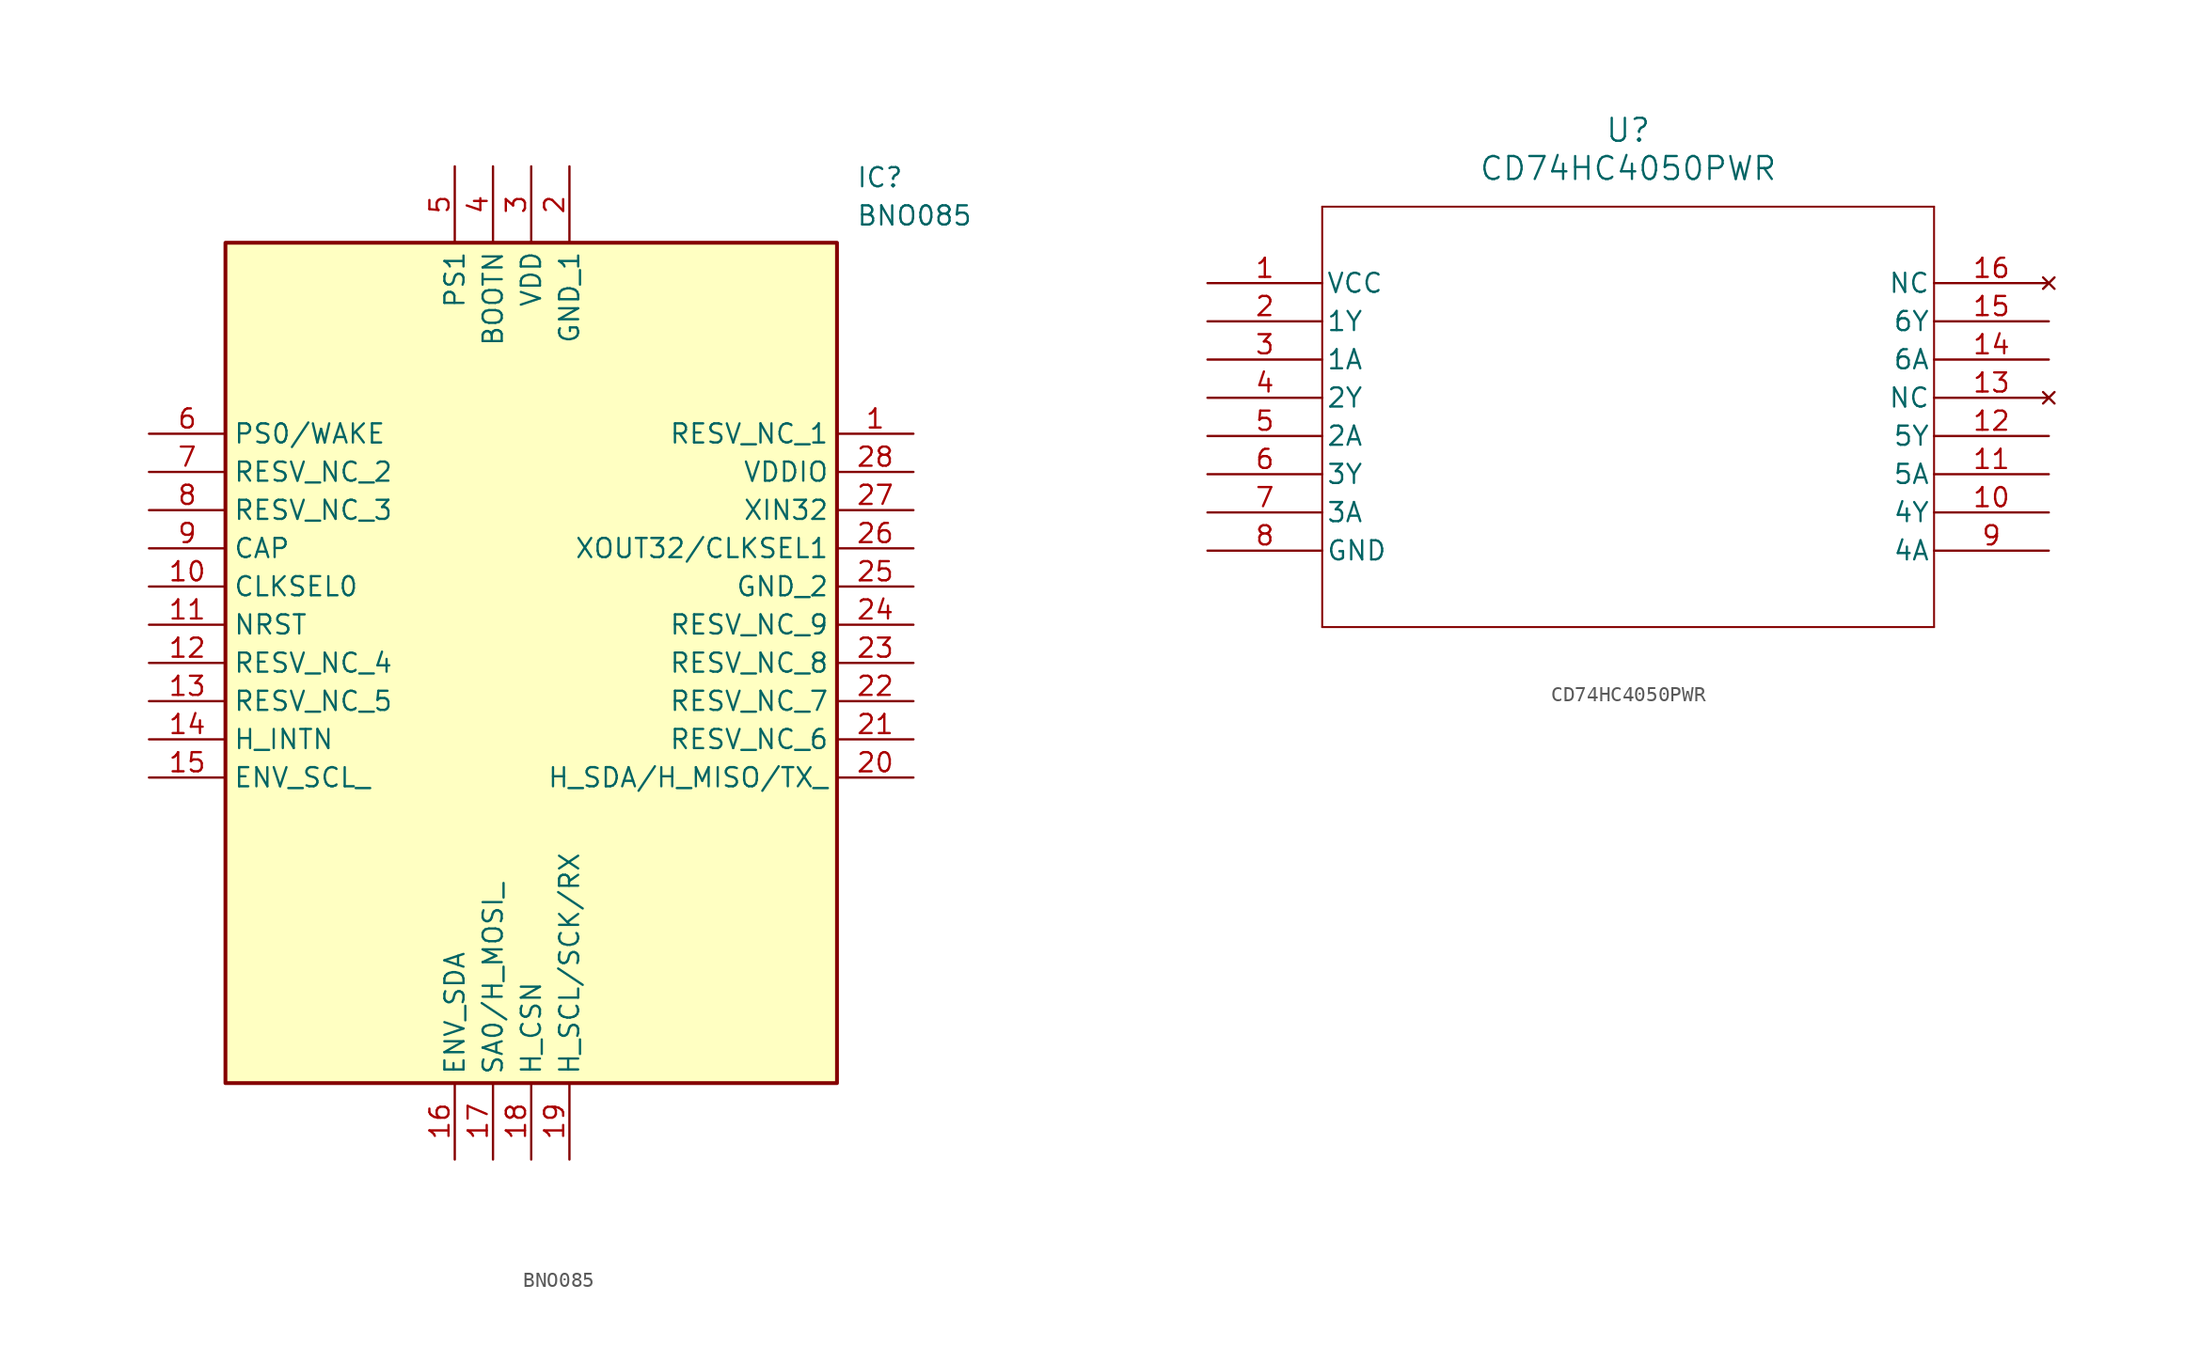
<source format=kicad_sym>
(kicad_symbol_lib
  (version 20220914)
  (generator kicad_symbol_editor)
  (symbol "BNO085"
    (property "Reference" "IC"
      (at 46.99 17.78 0)
      (effects (font (size 1.27 1.27)) (justify left top)))
    (property "Value" "BNO085"
      (at 46.99 15.24 0)
      (effects (font (size 1.27 1.27)) (justify left top)))
    (symbol "BNO085_1_1"
      (rectangle (start 5.08 12.7) (end 45.72 -43.18) (stroke (width 0.254) (type default)) (fill (type background)))
      (pin passive line (at 50.8 0 180) (length 5.08) (name "RESV_NC_1" (effects (font (size 1.27 1.27)))) (number "1" (effects (font (size 1.27 1.27)))))
      (pin passive line (at 0 -10.16 0) (length 5.08) (name "CLKSEL0" (effects (font (size 1.27 1.27)))) (number "10" (effects (font (size 1.27 1.27)))))
      (pin passive line (at 0 -12.7 0) (length 5.08) (name "NRST" (effects (font (size 1.27 1.27)))) (number "11" (effects (font (size 1.27 1.27)))))
      (pin passive line (at 0 -15.24 0) (length 5.08) (name "RESV_NC_4" (effects (font (size 1.27 1.27)))) (number "12" (effects (font (size 1.27 1.27)))))
      (pin passive line (at 0 -17.78 0) (length 5.08) (name "RESV_NC_5" (effects (font (size 1.27 1.27)))) (number "13" (effects (font (size 1.27 1.27)))))
      (pin passive line (at 0 -20.32 0) (length 5.08) (name "H_INTN" (effects (font (size 1.27 1.27)))) (number "14" (effects (font (size 1.27 1.27)))))
      (pin passive line (at 0 -22.86 0) (length 5.08) (name "ENV_SCL_" (effects (font (size 1.27 1.27)))) (number "15" (effects (font (size 1.27 1.27)))))
      (pin passive line (at 20.32 -48.26 90) (length 5.08) (name "ENV_SDA" (effects (font (size 1.27 1.27)))) (number "16" (effects (font (size 1.27 1.27)))))
      (pin passive line (at 22.86 -48.26 90) (length 5.08) (name "SA0/H_MOSI_" (effects (font (size 1.27 1.27)))) (number "17" (effects (font (size 1.27 1.27)))))
      (pin passive line (at 25.4 -48.26 90) (length 5.08) (name "H_CSN" (effects (font (size 1.27 1.27)))) (number "18" (effects (font (size 1.27 1.27)))))
      (pin passive line (at 27.94 -48.26 90) (length 5.08) (name "H_SCL/SCK/RX" (effects (font (size 1.27 1.27)))) (number "19" (effects (font (size 1.27 1.27)))))
      (pin passive line (at 27.94 17.78 270) (length 5.08) (name "GND_1" (effects (font (size 1.27 1.27)))) (number "2" (effects (font (size 1.27 1.27)))))
      (pin passive line (at 50.8 -22.86 180) (length 5.08) (name "H_SDA/H_MISO/TX_" (effects (font (size 1.27 1.27)))) (number "20" (effects (font (size 1.27 1.27)))))
      (pin passive line (at 50.8 -20.32 180) (length 5.08) (name "RESV_NC_6" (effects (font (size 1.27 1.27)))) (number "21" (effects (font (size 1.27 1.27)))))
      (pin passive line (at 50.8 -17.78 180) (length 5.08) (name "RESV_NC_7" (effects (font (size 1.27 1.27)))) (number "22" (effects (font (size 1.27 1.27)))))
      (pin passive line (at 50.8 -15.24 180) (length 5.08) (name "RESV_NC_8" (effects (font (size 1.27 1.27)))) (number "23" (effects (font (size 1.27 1.27)))))
      (pin passive line (at 50.8 -12.7 180) (length 5.08) (name "RESV_NC_9" (effects (font (size 1.27 1.27)))) (number "24" (effects (font (size 1.27 1.27)))))
      (pin passive line (at 50.8 -10.16 180) (length 5.08) (name "GND_2" (effects (font (size 1.27 1.27)))) (number "25" (effects (font (size 1.27 1.27)))))
      (pin passive line (at 50.8 -7.62 180) (length 5.08) (name "XOUT32/CLKSEL1" (effects (font (size 1.27 1.27)))) (number "26" (effects (font (size 1.27 1.27)))))
      (pin passive line (at 50.8 -5.08 180) (length 5.08) (name "XIN32" (effects (font (size 1.27 1.27)))) (number "27" (effects (font (size 1.27 1.27)))))
      (pin passive line (at 50.8 -2.54 180) (length 5.08) (name "VDDIO" (effects (font (size 1.27 1.27)))) (number "28" (effects (font (size 1.27 1.27)))))
      (pin passive line (at 25.4 17.78 270) (length 5.08) (name "VDD" (effects (font (size 1.27 1.27)))) (number "3" (effects (font (size 1.27 1.27)))))
      (pin passive line (at 22.86 17.78 270) (length 5.08) (name "BOOTN" (effects (font (size 1.27 1.27)))) (number "4" (effects (font (size 1.27 1.27)))))
      (pin passive line (at 20.32 17.78 270) (length 5.08) (name "PS1" (effects (font (size 1.27 1.27)))) (number "5" (effects (font (size 1.27 1.27)))))
      (pin passive line (at 0 0 0) (length 5.08) (name "PS0/WAKE" (effects (font (size 1.27 1.27)))) (number "6" (effects (font (size 1.27 1.27)))))
      (pin passive line (at 0 -2.54 0) (length 5.08) (name "RESV_NC_2" (effects (font (size 1.27 1.27)))) (number "7" (effects (font (size 1.27 1.27)))))
      (pin passive line (at 0 -5.08 0) (length 5.08) (name "RESV_NC_3" (effects (font (size 1.27 1.27)))) (number "8" (effects (font (size 1.27 1.27)))))
      (pin passive line (at 0 -7.62 0) (length 5.08) (name "CAP" (effects (font (size 1.27 1.27)))) (number "9" (effects (font (size 1.27 1.27)))))))
  (symbol "CD74HC4050PWR"
    (pin_names
      (offset 0.254))
    (property "Reference" "U"
      (at 27.94 10.16 0)
      (effects (font (size 1.524 1.524))))
    (property "Value" "CD74HC4050PWR"
      (at 27.94 7.62 0)
      (effects (font (size 1.524 1.524))))
    (property "ki_locked" ""
      (at 0 0 0)
      (effects (font (size 1.27 1.27))))
    (symbol "CD74HC4050PWR_1_1"
      (polyline (pts (xy 7.62 -22.86) (xy 48.26 -22.86)) (stroke (width 0.127) (type default)) (fill (type none)))
      (polyline (pts (xy 7.62 5.08) (xy 7.62 -22.86)) (stroke (width 0.127) (type default)) (fill (type none)))
      (polyline (pts (xy 48.26 -22.86) (xy 48.26 5.08)) (stroke (width 0.127) (type default)) (fill (type none)))
      (polyline (pts (xy 48.26 5.08) (xy 7.62 5.08)) (stroke (width 0.127) (type default)) (fill (type none)))
      (pin power_in line (at 0 0 0) (length 7.62) (name "VCC" (effects (font (size 1.27 1.27)))) (number "1" (effects (font (size 1.27 1.27)))))
      (pin output line (at 55.88 -15.24 180) (length 7.62) (name "4Y" (effects (font (size 1.27 1.27)))) (number "10" (effects (font (size 1.27 1.27)))))
      (pin input line (at 55.88 -12.7 180) (length 7.62) (name "5A" (effects (font (size 1.27 1.27)))) (number "11" (effects (font (size 1.27 1.27)))))
      (pin output line (at 55.88 -10.16 180) (length 7.62) (name "5Y" (effects (font (size 1.27 1.27)))) (number "12" (effects (font (size 1.27 1.27)))))
      (pin no_connect line (at 55.88 -7.62 180) (length 7.62) (name "NC" (effects (font (size 1.27 1.27)))) (number "13" (effects (font (size 1.27 1.27)))))
      (pin input line (at 55.88 -5.08 180) (length 7.62) (name "6A" (effects (font (size 1.27 1.27)))) (number "14" (effects (font (size 1.27 1.27)))))
      (pin output line (at 55.88 -2.54 180) (length 7.62) (name "6Y" (effects (font (size 1.27 1.27)))) (number "15" (effects (font (size 1.27 1.27)))))
      (pin no_connect line (at 55.88 0 180) (length 7.62) (name "NC" (effects (font (size 1.27 1.27)))) (number "16" (effects (font (size 1.27 1.27)))))
      (pin output line (at 0 -2.54 0) (length 7.62) (name "1Y" (effects (font (size 1.27 1.27)))) (number "2" (effects (font (size 1.27 1.27)))))
      (pin input line (at 0 -5.08 0) (length 7.62) (name "1A" (effects (font (size 1.27 1.27)))) (number "3" (effects (font (size 1.27 1.27)))))
      (pin output line (at 0 -7.62 0) (length 7.62) (name "2Y" (effects (font (size 1.27 1.27)))) (number "4" (effects (font (size 1.27 1.27)))))
      (pin input line (at 0 -10.16 0) (length 7.62) (name "2A" (effects (font (size 1.27 1.27)))) (number "5" (effects (font (size 1.27 1.27)))))
      (pin output line (at 0 -12.7 0) (length 7.62) (name "3Y" (effects (font (size 1.27 1.27)))) (number "6" (effects (font (size 1.27 1.27)))))
      (pin input line (at 0 -15.24 0) (length 7.62) (name "3A" (effects (font (size 1.27 1.27)))) (number "7" (effects (font (size 1.27 1.27)))))
      (pin power_in line (at 0 -17.78 0) (length 7.62) (name "GND" (effects (font (size 1.27 1.27)))) (number "8" (effects (font (size 1.27 1.27)))))
      (pin input line (at 55.88 -17.78 180) (length 7.62) (name "4A" (effects (font (size 1.27 1.27)))) (number "9" (effects (font (size 1.27 1.27))))))))
</source>
